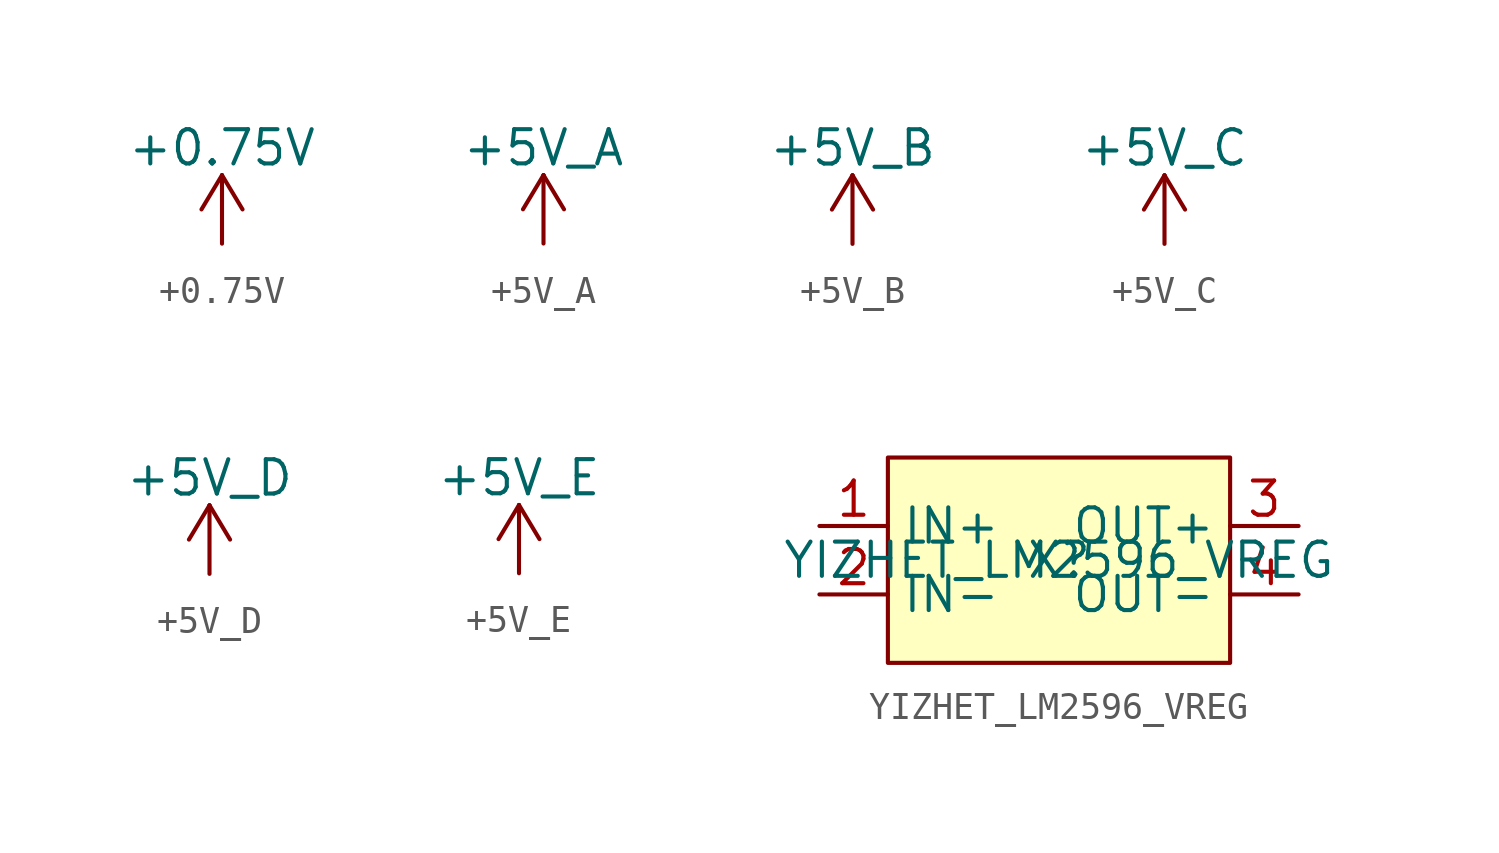
<source format=kicad_sym>
(kicad_symbol_lib
  (version 20220914)
  (generator kicad_symbol_editor)
  (symbol "+0.75V"
    (power)
    (pin_names
      (offset 0))
    (property "Reference" "#PWR"
      (at 0 -3.81 0)
      (effects (font (size 1.27 1.27)) hide))
    (property "Value" "+0.75V"
      (at 0 3.556 0)
      (effects (font (size 1.27 1.27))))
    (symbol "+0.75V_0_1"
      (polyline (pts (xy -0.762 1.27) (xy 0 2.54)) (stroke (width 0) (type default)) (fill (type none)))
      (polyline (pts (xy 0 0) (xy 0 2.54)) (stroke (width 0) (type default)) (fill (type none)))
      (polyline (pts (xy 0 2.54) (xy 0.762 1.27)) (stroke (width 0) (type default)) (fill (type none))))
    (symbol "+0.75V_1_1"
      (pin power_in line (at 0 0 90) (length 0) hide (name "+0.75V" (effects (font (size 1.27 1.27)))) (number "1" (effects (font (size 1.27 1.27)))))))
  (symbol "+5V_A"
    (power)
    (pin_names
      (offset 0))
    (property "Reference" "#PWR"
      (at 0 -3.81 0)
      (effects (font (size 1.27 1.27)) hide))
    (property "Value" "+5V_A"
      (at 0 3.556 0)
      (effects (font (size 1.27 1.27))))
    (symbol "+5V_A_0_1"
      (polyline (pts (xy -0.762 1.27) (xy 0 2.54)) (stroke (width 0) (type default)) (fill (type none)))
      (polyline (pts (xy 0 0) (xy 0 2.54)) (stroke (width 0) (type default)) (fill (type none)))
      (polyline (pts (xy 0 2.54) (xy 0.762 1.27)) (stroke (width 0) (type default)) (fill (type none))))
    (symbol "+5V_A_1_1"
      (pin power_in line (at 0 0 90) (length 0) hide (name "+5V_A" (effects (font (size 1.27 1.27)))) (number "1" (effects (font (size 1.27 1.27)))))))
  (symbol "+5V_B"
    (power)
    (pin_names
      (offset 0))
    (property "Reference" "#PWR"
      (at 0 -3.81 0)
      (effects (font (size 1.27 1.27)) hide))
    (property "Value" "+5V_B"
      (at 0 3.556 0)
      (effects (font (size 1.27 1.27))))
    (symbol "+5V_B_0_1"
      (polyline (pts (xy -0.762 1.27) (xy 0 2.54)) (stroke (width 0) (type default)) (fill (type none)))
      (polyline (pts (xy 0 0) (xy 0 2.54)) (stroke (width 0) (type default)) (fill (type none)))
      (polyline (pts (xy 0 2.54) (xy 0.762 1.27)) (stroke (width 0) (type default)) (fill (type none))))
    (symbol "+5V_B_1_1"
      (pin power_in line (at 0 0 90) (length 0) hide (name "+5V_B" (effects (font (size 1.27 1.27)))) (number "1" (effects (font (size 1.27 1.27)))))))
  (symbol "+5V_C"
    (power)
    (pin_names
      (offset 0))
    (property "Reference" "#PWR"
      (at 0 -3.81 0)
      (effects (font (size 1.27 1.27)) hide))
    (property "Value" "+5V_C"
      (at 0 3.556 0)
      (effects (font (size 1.27 1.27))))
    (symbol "+5V_C_0_1"
      (polyline (pts (xy -0.762 1.27) (xy 0 2.54)) (stroke (width 0) (type default)) (fill (type none)))
      (polyline (pts (xy 0 0) (xy 0 2.54)) (stroke (width 0) (type default)) (fill (type none)))
      (polyline (pts (xy 0 2.54) (xy 0.762 1.27)) (stroke (width 0) (type default)) (fill (type none))))
    (symbol "+5V_C_1_1"
      (pin power_in line (at 0 0 90) (length 0) hide (name "+5V_C" (effects (font (size 1.27 1.27)))) (number "1" (effects (font (size 1.27 1.27)))))))
  (symbol "+5V_D"
    (power)
    (pin_names
      (offset 0))
    (property "Reference" "#PWR"
      (at 0 -3.81 0)
      (effects (font (size 1.27 1.27)) hide))
    (property "Value" "+5V_D"
      (at 0 3.556 0)
      (effects (font (size 1.27 1.27))))
    (symbol "+5V_D_0_1"
      (polyline (pts (xy -0.762 1.27) (xy 0 2.54)) (stroke (width 0) (type default)) (fill (type none)))
      (polyline (pts (xy 0 0) (xy 0 2.54)) (stroke (width 0) (type default)) (fill (type none)))
      (polyline (pts (xy 0 2.54) (xy 0.762 1.27)) (stroke (width 0) (type default)) (fill (type none))))
    (symbol "+5V_D_1_1"
      (pin power_in line (at 0 0 90) (length 0) hide (name "+5V_D" (effects (font (size 1.27 1.27)))) (number "1" (effects (font (size 1.27 1.27)))))))
  (symbol "+5V_E"
    (power)
    (pin_names
      (offset 0))
    (property "Reference" "#PWR"
      (at 0 -3.81 0)
      (effects (font (size 1.27 1.27)) hide))
    (property "Value" "+5V_E"
      (at 0 3.556 0)
      (effects (font (size 1.27 1.27))))
    (symbol "+5V_E_0_1"
      (polyline (pts (xy -0.762 1.27) (xy 0 2.54)) (stroke (width 0) (type default)) (fill (type none)))
      (polyline (pts (xy 0 0) (xy 0 2.54)) (stroke (width 0) (type default)) (fill (type none)))
      (polyline (pts (xy 0 2.54) (xy 0.762 1.27)) (stroke (width 0) (type default)) (fill (type none))))
    (symbol "+5V_E_1_1"
      (pin power_in line (at 0 0 90) (length 0) hide (name "+5V_E" (effects (font (size 1.27 1.27)))) (number "1" (effects (font (size 1.27 1.27)))))))
  (symbol "YIZHET_LM2596_VREG"
    (property "Reference" "X"
      (at 0 0 0)
      (effects (font (size 1.27 1.27))))
    (property "Value" "YIZHET_LM2596_VREG"
      (at 0 0 0)
      (effects (font (size 1.27 1.27))))
    (symbol "YIZHET_LM2596_VREG_1_1"
      (rectangle (start -6.35 3.81) (end 6.35 -3.81) (stroke (width 0) (type default)) (fill (type background)))
      (pin power_in line (at -8.89 1.27 0) (length 2.54) (name "IN+" (effects (font (size 1.27 1.27)))) (number "1" (effects (font (size 1.27 1.27)))))
      (pin power_in line (at -8.89 -1.27 0) (length 2.54) (name "IN-" (effects (font (size 1.27 1.27)))) (number "2" (effects (font (size 1.27 1.27)))))
      (pin power_out line (at 8.89 1.27 180) (length 2.54) (name "OUT+" (effects (font (size 1.27 1.27)))) (number "3" (effects (font (size 1.27 1.27)))))
      (pin power_out line (at 8.89 -1.27 180) (length 2.54) (name "OUT-" (effects (font (size 1.27 1.27)))) (number "4" (effects (font (size 1.27 1.27))))))))
</source>
